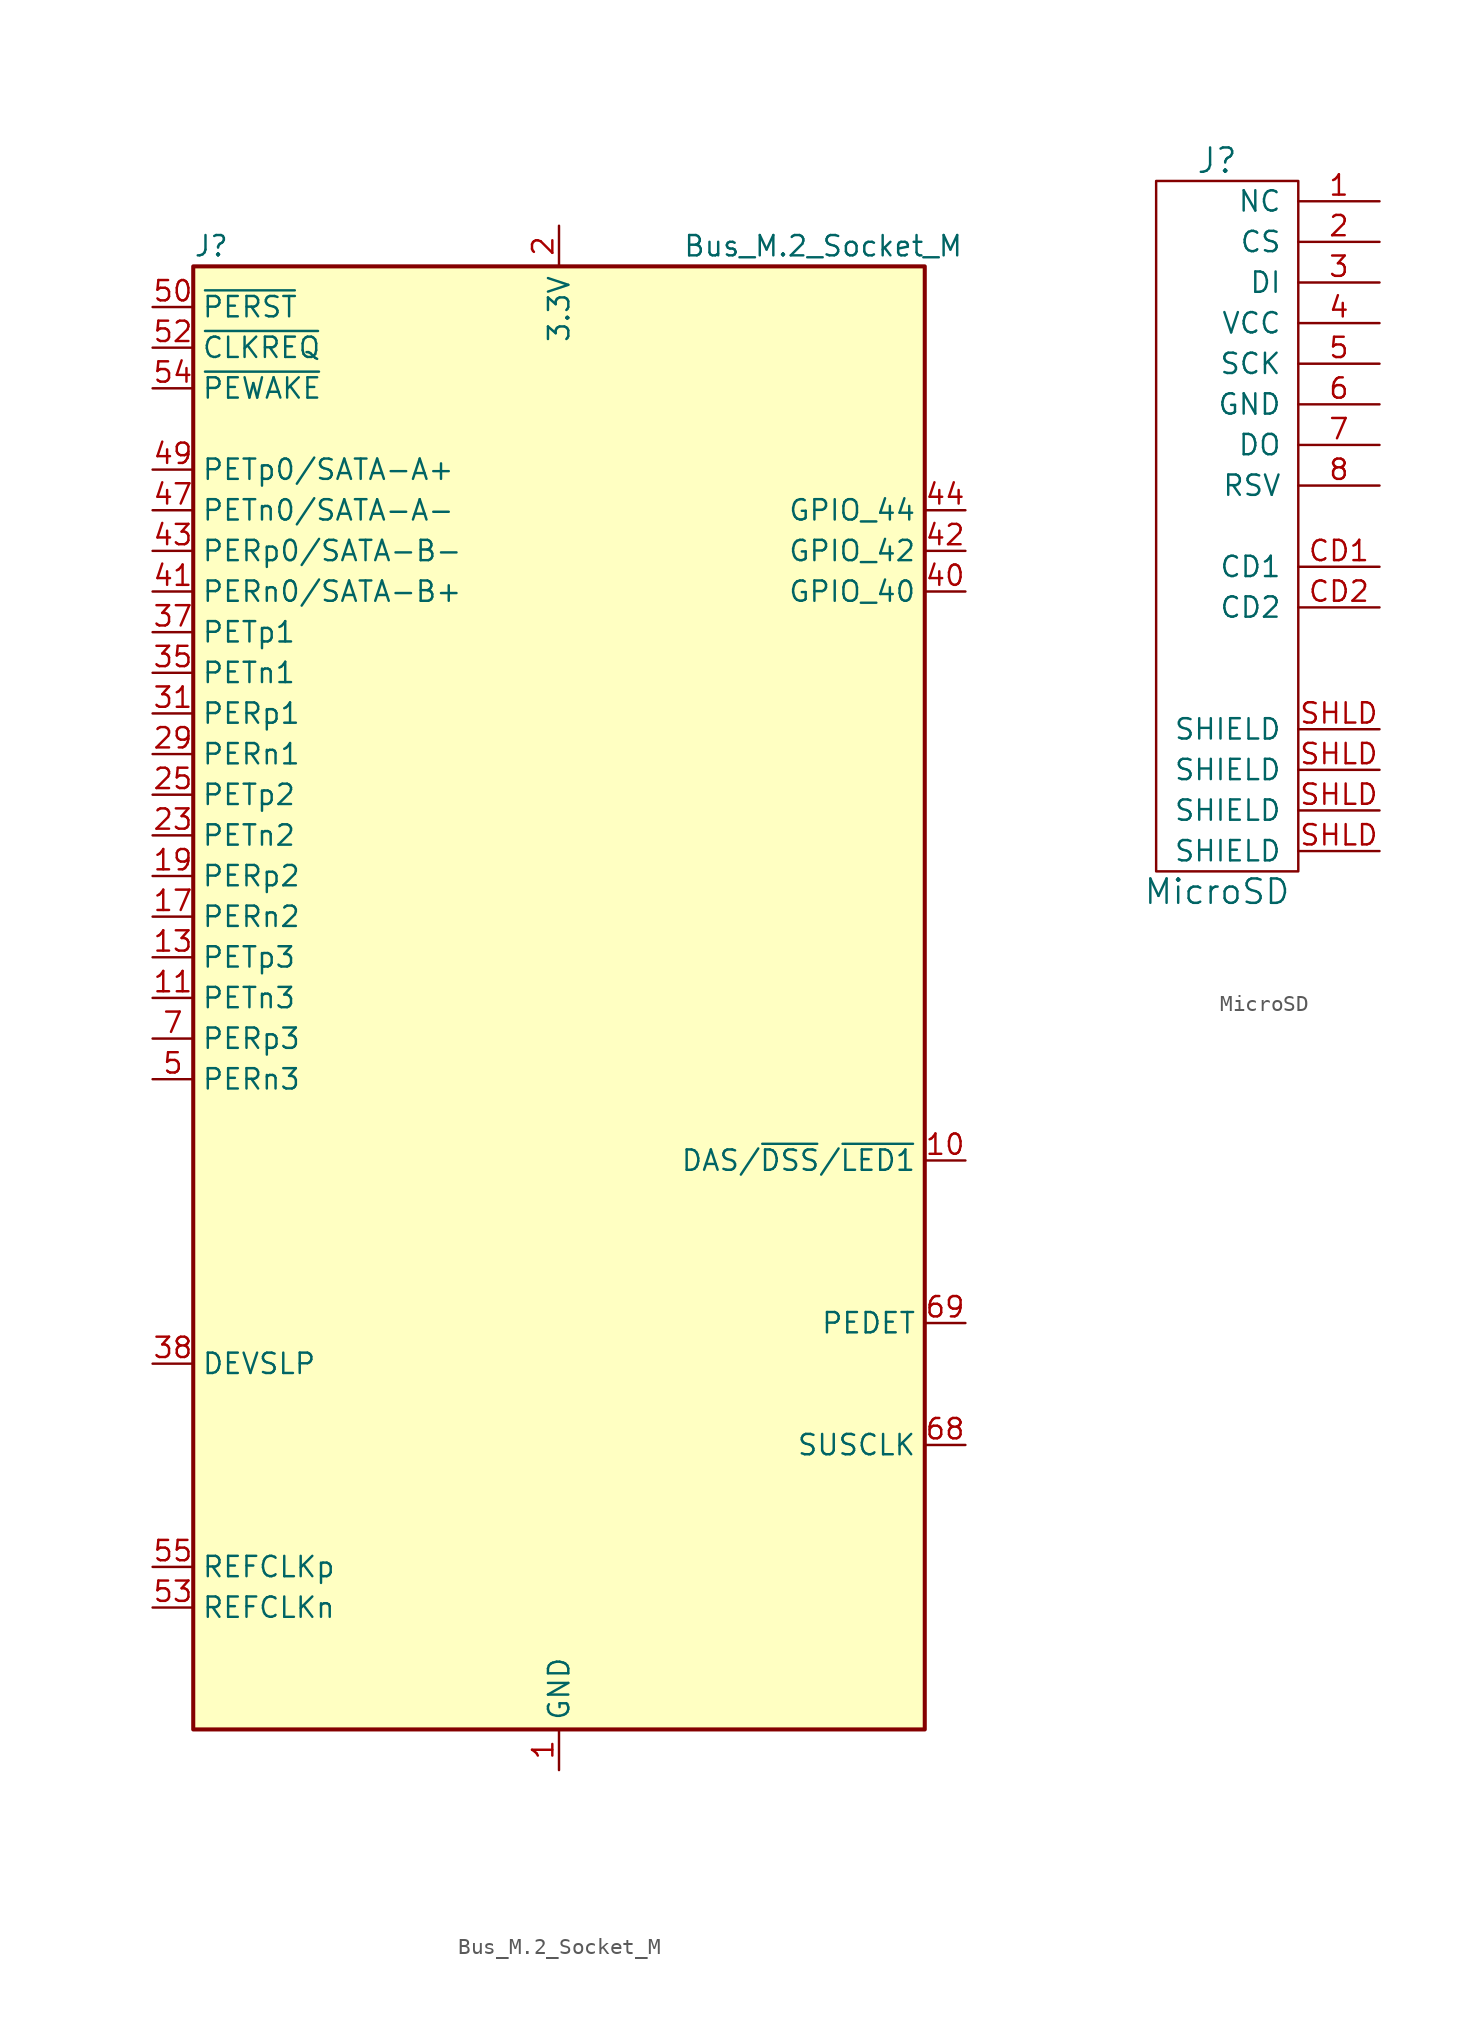
<source format=kicad_sym>
(kicad_symbol_lib
  (version 20220914)
  (generator kicad_symbol_editor)
  (symbol "Bus_M.2_Socket_M"
    (property "Reference" "J"
      (at -22.86 46.99 0)
      (effects (font (size 1.27 1.27)) (justify left)))
    (property "Value" "Bus_M.2_Socket_M"
      (at 16.51 46.99 0)
      (effects (font (size 1.27 1.27))))
    (symbol "Bus_M.2_Socket_M_0_1"
      (rectangle (start -22.86 45.72) (end 22.86 -45.72) (stroke (width 0.254) (type default)) (fill (type background))))
    (symbol "Bus_M.2_Socket_M_1_1"
      (pin power_in line (at 0 -48.26 90) (length 2.54) (name "GND" (effects (font (size 1.27 1.27)))) (number "1" (effects (font (size 1.27 1.27)))))
      (pin bidirectional line (at 25.4 -10.16 180) (length 2.54) (name "DAS/~{DSS}/~{LED1}" (effects (font (size 1.27 1.27)))) (number "10" (effects (font (size 1.27 1.27)))))
      (pin output line (at -25.4 0 0) (length 2.54) (name "PETn3" (effects (font (size 1.27 1.27)))) (number "11" (effects (font (size 1.27 1.27)))))
      (pin passive line (at 0 48.26 270) (length 2.54) hide (name "3.3V" (effects (font (size 1.27 1.27)))) (number "12" (effects (font (size 1.27 1.27)))))
      (pin output line (at -25.4 2.54 0) (length 2.54) (name "PETp3" (effects (font (size 1.27 1.27)))) (number "13" (effects (font (size 1.27 1.27)))))
      (pin passive line (at 0 48.26 270) (length 2.54) hide (name "3.3V" (effects (font (size 1.27 1.27)))) (number "14" (effects (font (size 1.27 1.27)))))
      (pin passive line (at 0 -48.26 90) (length 2.54) hide (name "GND" (effects (font (size 1.27 1.27)))) (number "15" (effects (font (size 1.27 1.27)))))
      (pin passive line (at 0 48.26 270) (length 2.54) hide (name "3.3V" (effects (font (size 1.27 1.27)))) (number "16" (effects (font (size 1.27 1.27)))))
      (pin input line (at -25.4 5.08 0) (length 2.54) (name "PERn2" (effects (font (size 1.27 1.27)))) (number "17" (effects (font (size 1.27 1.27)))))
      (pin passive line (at 0 48.26 270) (length 2.54) hide (name "3.3V" (effects (font (size 1.27 1.27)))) (number "18" (effects (font (size 1.27 1.27)))))
      (pin input line (at -25.4 7.62 0) (length 2.54) (name "PERp2" (effects (font (size 1.27 1.27)))) (number "19" (effects (font (size 1.27 1.27)))))
      (pin power_in line (at 0 48.26 270) (length 2.54) (name "3.3V" (effects (font (size 1.27 1.27)))) (number "2" (effects (font (size 1.27 1.27)))))
      (pin no_connect line (at 22.86 2.54 180) (length 2.54) hide (name "NC" (effects (font (size 1.27 1.27)))) (number "20" (effects (font (size 1.27 1.27)))))
      (pin passive line (at 0 -48.26 90) (length 2.54) hide (name "GND" (effects (font (size 1.27 1.27)))) (number "21" (effects (font (size 1.27 1.27)))))
      (pin no_connect line (at 22.86 5.08 180) (length 2.54) hide (name "NC" (effects (font (size 1.27 1.27)))) (number "22" (effects (font (size 1.27 1.27)))))
      (pin output line (at -25.4 10.16 0) (length 2.54) (name "PETn2" (effects (font (size 1.27 1.27)))) (number "23" (effects (font (size 1.27 1.27)))))
      (pin no_connect line (at 22.86 7.62 180) (length 2.54) hide (name "NC" (effects (font (size 1.27 1.27)))) (number "24" (effects (font (size 1.27 1.27)))))
      (pin output line (at -25.4 12.7 0) (length 2.54) (name "PETp2" (effects (font (size 1.27 1.27)))) (number "25" (effects (font (size 1.27 1.27)))))
      (pin no_connect line (at 22.86 10.16 180) (length 2.54) hide (name "NC" (effects (font (size 1.27 1.27)))) (number "26" (effects (font (size 1.27 1.27)))))
      (pin passive line (at 0 -48.26 90) (length 2.54) hide (name "GND" (effects (font (size 1.27 1.27)))) (number "27" (effects (font (size 1.27 1.27)))))
      (pin no_connect line (at 22.86 12.7 180) (length 2.54) hide (name "NC" (effects (font (size 1.27 1.27)))) (number "28" (effects (font (size 1.27 1.27)))))
      (pin input line (at -25.4 15.24 0) (length 2.54) (name "PERn1" (effects (font (size 1.27 1.27)))) (number "29" (effects (font (size 1.27 1.27)))))
      (pin passive line (at 0 -48.26 90) (length 2.54) hide (name "GND" (effects (font (size 1.27 1.27)))) (number "3" (effects (font (size 1.27 1.27)))))
      (pin no_connect line (at 22.86 15.24 180) (length 2.54) hide (name "NC" (effects (font (size 1.27 1.27)))) (number "30" (effects (font (size 1.27 1.27)))))
      (pin input line (at -25.4 17.78 0) (length 2.54) (name "PERp1" (effects (font (size 1.27 1.27)))) (number "31" (effects (font (size 1.27 1.27)))))
      (pin no_connect line (at 22.86 17.78 180) (length 2.54) hide (name "NC" (effects (font (size 1.27 1.27)))) (number "32" (effects (font (size 1.27 1.27)))))
      (pin passive line (at 0 -48.26 90) (length 2.54) hide (name "GND" (effects (font (size 1.27 1.27)))) (number "33" (effects (font (size 1.27 1.27)))))
      (pin no_connect line (at 22.86 20.32 180) (length 2.54) hide (name "NC" (effects (font (size 1.27 1.27)))) (number "34" (effects (font (size 1.27 1.27)))))
      (pin output line (at -25.4 20.32 0) (length 2.54) (name "PETn1" (effects (font (size 1.27 1.27)))) (number "35" (effects (font (size 1.27 1.27)))))
      (pin no_connect line (at 22.86 22.86 180) (length 2.54) hide (name "NC" (effects (font (size 1.27 1.27)))) (number "36" (effects (font (size 1.27 1.27)))))
      (pin output line (at -25.4 22.86 0) (length 2.54) (name "PETp1" (effects (font (size 1.27 1.27)))) (number "37" (effects (font (size 1.27 1.27)))))
      (pin output line (at -25.4 -22.86 0) (length 2.54) (name "DEVSLP" (effects (font (size 1.27 1.27)))) (number "38" (effects (font (size 1.27 1.27)))))
      (pin passive line (at 0 -48.26 90) (length 2.54) hide (name "GND" (effects (font (size 1.27 1.27)))) (number "39" (effects (font (size 1.27 1.27)))))
      (pin passive line (at 0 48.26 270) (length 2.54) hide (name "3.3V" (effects (font (size 1.27 1.27)))) (number "4" (effects (font (size 1.27 1.27)))))
      (pin bidirectional line (at 25.4 25.4 180) (length 2.54) (name "GPIO_40" (effects (font (size 1.27 1.27)))) (number "40" (effects (font (size 1.27 1.27)))))
      (pin input line (at -25.4 25.4 0) (length 2.54) (name "PERn0/SATA-B+" (effects (font (size 1.27 1.27)))) (number "41" (effects (font (size 1.27 1.27)))))
      (pin bidirectional line (at 25.4 27.94 180) (length 2.54) (name "GPIO_42" (effects (font (size 1.27 1.27)))) (number "42" (effects (font (size 1.27 1.27)))))
      (pin input line (at -25.4 27.94 0) (length 2.54) (name "PERp0/SATA-B-" (effects (font (size 1.27 1.27)))) (number "43" (effects (font (size 1.27 1.27)))))
      (pin bidirectional line (at 25.4 30.48 180) (length 2.54) (name "GPIO_44" (effects (font (size 1.27 1.27)))) (number "44" (effects (font (size 1.27 1.27)))))
      (pin passive line (at 0 -48.26 90) (length 2.54) hide (name "GND" (effects (font (size 1.27 1.27)))) (number "45" (effects (font (size 1.27 1.27)))))
      (pin no_connect line (at 22.86 33.02 180) (length 2.54) hide (name "NC" (effects (font (size 1.27 1.27)))) (number "46" (effects (font (size 1.27 1.27)))))
      (pin output line (at -25.4 30.48 0) (length 2.54) (name "PETn0/SATA-A-" (effects (font (size 1.27 1.27)))) (number "47" (effects (font (size 1.27 1.27)))))
      (pin no_connect line (at 22.86 35.56 180) (length 2.54) hide (name "NC" (effects (font (size 1.27 1.27)))) (number "48" (effects (font (size 1.27 1.27)))))
      (pin output line (at -25.4 33.02 0) (length 2.54) (name "PETp0/SATA-A+" (effects (font (size 1.27 1.27)))) (number "49" (effects (font (size 1.27 1.27)))))
      (pin input line (at -25.4 -5.08 0) (length 2.54) (name "PERn3" (effects (font (size 1.27 1.27)))) (number "5" (effects (font (size 1.27 1.27)))))
      (pin output line (at -25.4 43.18 0) (length 2.54) (name "~{PERST}" (effects (font (size 1.27 1.27)))) (number "50" (effects (font (size 1.27 1.27)))))
      (pin passive line (at 0 -48.26 90) (length 2.54) hide (name "GND" (effects (font (size 1.27 1.27)))) (number "51" (effects (font (size 1.27 1.27)))))
      (pin bidirectional line (at -25.4 40.64 0) (length 2.54) (name "~{CLKREQ}" (effects (font (size 1.27 1.27)))) (number "52" (effects (font (size 1.27 1.27)))))
      (pin output line (at -25.4 -38.1 0) (length 2.54) (name "REFCLKn" (effects (font (size 1.27 1.27)))) (number "53" (effects (font (size 1.27 1.27)))))
      (pin bidirectional line (at -25.4 38.1 0) (length 2.54) (name "~{PEWAKE}" (effects (font (size 1.27 1.27)))) (number "54" (effects (font (size 1.27 1.27)))))
      (pin output line (at -25.4 -35.56 0) (length 2.54) (name "REFCLKp" (effects (font (size 1.27 1.27)))) (number "55" (effects (font (size 1.27 1.27)))))
      (pin no_connect line (at 22.86 38.1 180) (length 2.54) hide (name "NC" (effects (font (size 1.27 1.27)))) (number "56" (effects (font (size 1.27 1.27)))))
      (pin passive line (at 0 -48.26 90) (length 2.54) hide (name "GND" (effects (font (size 1.27 1.27)))) (number "57" (effects (font (size 1.27 1.27)))))
      (pin no_connect line (at 22.86 40.64 180) (length 2.54) hide (name "NC" (effects (font (size 1.27 1.27)))) (number "58" (effects (font (size 1.27 1.27)))))
      (pin no_connect line (at 22.86 -2.54 180) (length 2.54) hide (name "NC" (effects (font (size 1.27 1.27)))) (number "6" (effects (font (size 1.27 1.27)))))
      (pin no_connect line (at 22.86 -5.08 180) (length 2.54) hide (name "NC" (effects (font (size 1.27 1.27)))) (number "67" (effects (font (size 1.27 1.27)))))
      (pin output line (at 25.4 -27.94 180) (length 2.54) (name "SUSCLK" (effects (font (size 1.27 1.27)))) (number "68" (effects (font (size 1.27 1.27)))))
      (pin passive line (at 25.4 -20.32 180) (length 2.54) (name "PEDET" (effects (font (size 1.27 1.27)))) (number "69" (effects (font (size 1.27 1.27)))))
      (pin input line (at -25.4 -2.54 0) (length 2.54) (name "PERp3" (effects (font (size 1.27 1.27)))) (number "7" (effects (font (size 1.27 1.27)))))
      (pin passive line (at 0 48.26 270) (length 2.54) hide (name "3.3V" (effects (font (size 1.27 1.27)))) (number "70" (effects (font (size 1.27 1.27)))))
      (pin passive line (at 0 -48.26 90) (length 2.54) hide (name "GND" (effects (font (size 1.27 1.27)))) (number "71" (effects (font (size 1.27 1.27)))))
      (pin passive line (at 0 48.26 270) (length 2.54) hide (name "3.3V" (effects (font (size 1.27 1.27)))) (number "72" (effects (font (size 1.27 1.27)))))
      (pin passive line (at 0 -48.26 90) (length 2.54) hide (name "GND" (effects (font (size 1.27 1.27)))) (number "73" (effects (font (size 1.27 1.27)))))
      (pin passive line (at 0 48.26 270) (length 2.54) hide (name "3.3V" (effects (font (size 1.27 1.27)))) (number "74" (effects (font (size 1.27 1.27)))))
      (pin passive line (at 0 -48.26 90) (length 2.54) hide (name "GND" (effects (font (size 1.27 1.27)))) (number "75" (effects (font (size 1.27 1.27)))))
      (pin no_connect line (at 22.86 0 180) (length 2.54) hide (name "NC" (effects (font (size 1.27 1.27)))) (number "8" (effects (font (size 1.27 1.27)))))
      (pin passive line (at 0 -48.26 90) (length 2.54) hide (name "GND" (effects (font (size 1.27 1.27)))) (number "9" (effects (font (size 1.27 1.27)))))))
  (symbol "MicroSD"
    (pin_names
      (offset 1.016))
    (property "Reference" "J"
      (at -5.08 22.86 0)
      (effects (font (size 1.524 1.524))))
    (property "Value" "MicroSD"
      (at -5.08 -22.86 0)
      (effects (font (size 1.524 1.524))))
    (property "Footprint" ""
      (at 2.54 8.89 0)
      (effects (font (size 1.524 1.524))))
    (property "Datasheet" ""
      (at 2.54 8.89 0)
      (effects (font (size 1.524 1.524))))
    (symbol "MicroSD_0_1"
      (rectangle (start 0 21.59) (end -8.89 -21.59) (stroke (width 0) (type default)) (fill (type none))))
    (symbol "MicroSD_1_1"
      (pin bidirectional line (at 5.08 20.32 180) (length 5.08) (name "NC" (effects (font (size 1.27 1.27)))) (number "1" (effects (font (size 1.27 1.27)))))
      (pin bidirectional line (at 5.08 17.78 180) (length 5.08) (name "CS" (effects (font (size 1.27 1.27)))) (number "2" (effects (font (size 1.27 1.27)))))
      (pin bidirectional line (at 5.08 15.24 180) (length 5.08) (name "DI" (effects (font (size 1.27 1.27)))) (number "3" (effects (font (size 1.27 1.27)))))
      (pin power_in line (at 5.08 12.7 180) (length 5.08) (name "VCC" (effects (font (size 1.27 1.27)))) (number "4" (effects (font (size 1.27 1.27)))))
      (pin bidirectional line (at 5.08 10.16 180) (length 5.08) (name "SCK" (effects (font (size 1.27 1.27)))) (number "5" (effects (font (size 1.27 1.27)))))
      (pin bidirectional line (at 5.08 7.62 180) (length 5.08) (name "GND" (effects (font (size 1.27 1.27)))) (number "6" (effects (font (size 1.27 1.27)))))
      (pin bidirectional line (at 5.08 5.08 180) (length 5.08) (name "DO" (effects (font (size 1.27 1.27)))) (number "7" (effects (font (size 1.27 1.27)))))
      (pin bidirectional line (at 5.08 2.54 180) (length 5.08) (name "RSV" (effects (font (size 1.27 1.27)))) (number "8" (effects (font (size 1.27 1.27)))))
      (pin bidirectional line (at 5.08 -2.54 180) (length 5.08) (name "CD1" (effects (font (size 1.27 1.27)))) (number "CD1" (effects (font (size 1.27 1.27)))))
      (pin bidirectional line (at 5.08 -5.08 180) (length 5.08) (name "CD2" (effects (font (size 1.27 1.27)))) (number "CD2" (effects (font (size 1.27 1.27)))))
      (pin bidirectional line (at 5.08 -20.32 180) (length 5.08) (name "SHIELD" (effects (font (size 1.27 1.27)))) (number "SHLD" (effects (font (size 1.27 1.27)))))
      (pin bidirectional line (at 5.08 -17.78 180) (length 5.08) (name "SHIELD" (effects (font (size 1.27 1.27)))) (number "SHLD" (effects (font (size 1.27 1.27)))))
      (pin bidirectional line (at 5.08 -15.24 180) (length 5.08) (name "SHIELD" (effects (font (size 1.27 1.27)))) (number "SHLD" (effects (font (size 1.27 1.27)))))
      (pin bidirectional line (at 5.08 -12.7 180) (length 5.08) (name "SHIELD" (effects (font (size 1.27 1.27)))) (number "SHLD" (effects (font (size 1.27 1.27))))))))
</source>
